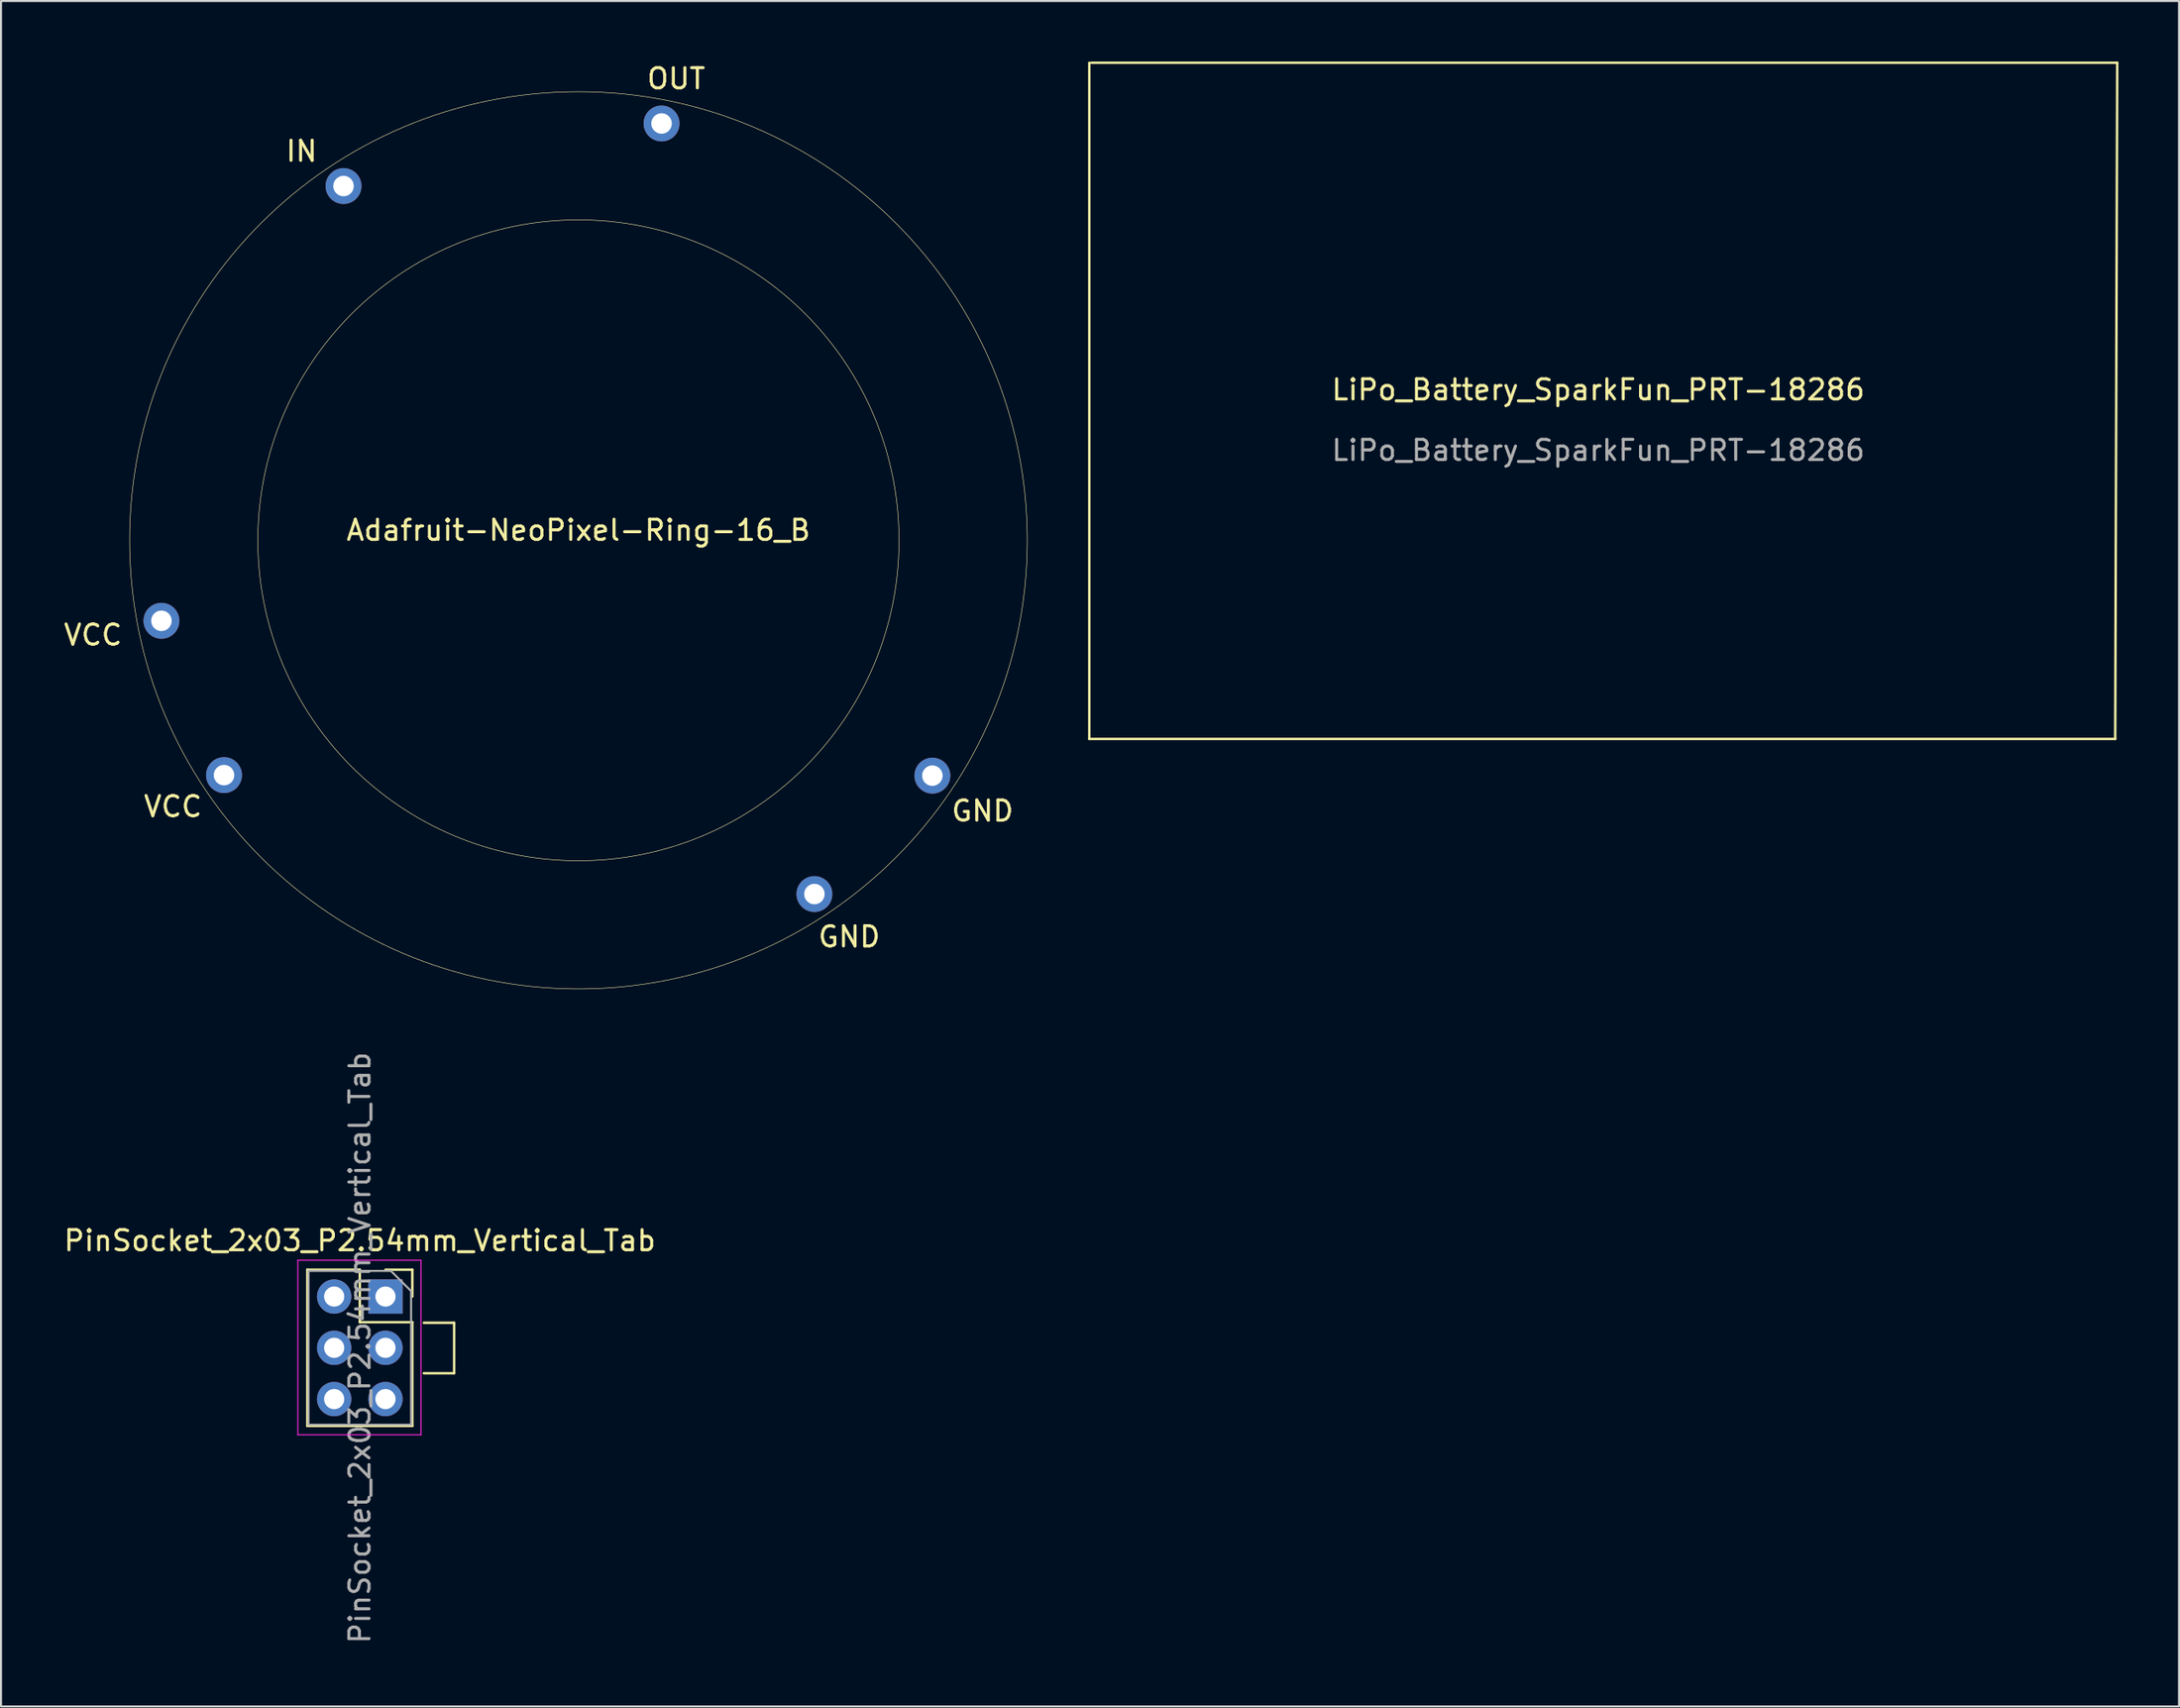
<source format=kicad_pcb>
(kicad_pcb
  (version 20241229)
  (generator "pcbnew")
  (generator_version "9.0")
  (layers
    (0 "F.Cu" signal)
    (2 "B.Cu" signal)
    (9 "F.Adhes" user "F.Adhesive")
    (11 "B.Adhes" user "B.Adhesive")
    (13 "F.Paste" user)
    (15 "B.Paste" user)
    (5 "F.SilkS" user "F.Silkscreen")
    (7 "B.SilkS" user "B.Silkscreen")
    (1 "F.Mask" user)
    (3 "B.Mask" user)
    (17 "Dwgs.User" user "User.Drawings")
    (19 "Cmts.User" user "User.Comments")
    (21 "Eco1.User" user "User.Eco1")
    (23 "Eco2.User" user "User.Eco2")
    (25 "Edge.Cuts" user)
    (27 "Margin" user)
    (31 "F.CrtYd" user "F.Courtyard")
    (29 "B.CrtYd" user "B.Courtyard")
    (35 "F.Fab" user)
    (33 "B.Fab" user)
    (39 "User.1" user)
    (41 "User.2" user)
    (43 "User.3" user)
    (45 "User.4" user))
  (footprint "PinSocket_2x03_P2.54mm_Vertical_Tab"
    (layer "F.Cu")
    (at 16.038 61.184)
    (property "Reference" "PinSocket_2x03_P2.54mm_Vertical_Tab" (at -1.27 -2.77 0) (layer "F.SilkS") (effects (font (size 1 1) (thickness 0.15))))
    (attr through_hole)
    (fp_line (start -3.87 -1.33) (end -3.87 6.41) (stroke (width 0.12) (type solid)) (layer "F.SilkS"))
    (fp_line (start -3.87 -1.33) (end -1.27 -1.33) (stroke (width 0.12) (type solid)) (layer "F.SilkS"))
    (fp_line (start -3.87 6.41) (end 1.33 6.41) (stroke (width 0.12) (type solid)) (layer "F.SilkS"))
    (fp_line (start -1.27 -1.33) (end -1.27 1.27) (stroke (width 0.12) (type solid)) (layer "F.SilkS"))
    (fp_line (start -1.27 1.27) (end 1.33 1.27) (stroke (width 0.12) (type solid)) (layer "F.SilkS"))
    (fp_line (start 0 -1.33) (end 1.33 -1.33) (stroke (width 0.12) (type solid)) (layer "F.SilkS"))
    (fp_line (start 1.33 -1.33) (end 1.33 0) (stroke (width 0.12) (type solid)) (layer "F.SilkS"))
    (fp_line (start 1.33 1.27) (end 1.33 6.41) (stroke (width 0.12) (type solid)) (layer "F.SilkS"))
    (fp_rect (start 1.9 1.3) (end 3.4 1.3) (stroke (width 0.12) (type solid)) (fill no) (layer "F.SilkS"))
    (fp_rect (start 3.4 1.3) (end 3.4 3.8) (stroke (width 0.12) (type solid)) (fill no) (layer "F.SilkS"))
    (fp_rect (start 3.4 3.8) (end 1.9 3.8) (stroke (width 0.12) (type solid)) (fill no) (layer "F.SilkS"))
    (fp_line (start -4.34 -1.8) (end 1.76 -1.8) (stroke (width 0.05) (type solid)) (layer "F.CrtYd"))
    (fp_line (start -4.34 6.85) (end -4.34 -1.8) (stroke (width 0.05) (type solid)) (layer "F.CrtYd"))
    (fp_line (start 1.76 -1.8) (end 1.76 6.85) (stroke (width 0.05) (type solid)) (layer "F.CrtYd"))
    (fp_line (start 1.76 6.85) (end -4.34 6.85) (stroke (width 0.05) (type solid)) (layer "F.CrtYd"))
    (fp_line (start -3.81 -1.27) (end 0.27 -1.27) (stroke (width 0.1) (type solid)) (layer "F.Fab"))
    (fp_line (start -3.81 6.35) (end -3.81 -1.27) (stroke (width 0.1) (type solid)) (layer "F.Fab"))
    (fp_line (start 0.27 -1.27) (end 1.27 -0.27) (stroke (width 0.1) (type solid)) (layer "F.Fab"))
    (fp_line (start 1.27 -0.27) (end 1.27 6.35) (stroke (width 0.1) (type solid)) (layer "F.Fab"))
    (fp_line (start 1.27 6.35) (end -3.81 6.35) (stroke (width 0.1) (type solid)) (layer "F.Fab"))
    (fp_text user "${REFERENCE}" (at -1.27 2.54 90) (layer "F.Fab") (effects (font (size 1 1) (thickness 0.15))))
    (pad "1" thru_hole rect (at 0 0) (size 1.7 1.7) (drill 1) (layers "*.Cu" "*.Mask"))
    (pad "2" thru_hole oval (at -2.54 0) (size 1.7 1.7) (drill 1) (layers "*.Cu" "*.Mask"))
    (pad "3" thru_hole oval (at 0 2.54) (size 1.7 1.7) (drill 1) (layers "*.Cu" "*.Mask"))
    (pad "4" thru_hole oval (at -2.54 2.54) (size 1.7 1.7) (drill 1) (layers "*.Cu" "*.Mask"))
    (pad "5" thru_hole oval (at 0 5.08) (size 1.7 1.7) (drill 1) (layers "*.Cu" "*.Mask"))
    (pad "6" thru_hole oval (at -2.54 5.08) (size 1.7 1.7) (drill 1) (layers "*.Cu" "*.Mask")))
  (footprint "LiPo_Battery_SparkFun_PRT-18286"
    (layer "F.Cu")
    (at 76.091 16.76)
    (property "Reference" "LiPo_Battery_SparkFun_PRT-18286" (at 0 -0.5 0) (unlocked yes) (layer "F.SilkS") (effects (font (size 1 1) (thickness 0.15))))
    (attr through_hole)
    (fp_line (start -25.2 16.8) (end -25.2 -16.7) (stroke (width 0.12) (type solid)) (layer "F.SilkS"))
    (fp_line (start -25.1 -16.7) (end 25.7 -16.7) (stroke (width 0.12) (type solid)) (layer "F.SilkS"))
    (fp_line (start 25.6 16.8) (end -25.2 16.8) (stroke (width 0.12) (type solid)) (layer "F.SilkS"))
    (fp_line (start 25.7 -16.7) (end 25.6 16.8) (stroke (width 0.12) (type solid)) (layer "F.SilkS"))
    (fp_text user "${REFERENCE}" (at 0 2.5 0) (unlocked yes) (layer "F.Fab") (effects (font (size 1 1) (thickness 0.15)))))
  (footprint "Adafruit-NeoPixel-Ring-16_B"
    (layer "F.Cu")
    (at 25.594 23.718)
    (property "Reference" "Adafruit-NeoPixel-Ring-16_B" (at 0 -0.5 0) (unlocked yes) (layer "F.SilkS") (effects (font (size 1 1) (thickness 0.15))))
    (attr through_hole)
    (fp_circle (center 0 0) (end 15.875 0) (stroke (width 0.025) (type solid)) (fill no) (layer "F.SilkS"))
    (fp_circle (center 0 0) (end 22.225 0) (stroke (width 0.025) (type solid)) (fill no) (layer "F.SilkS"))
    (fp_text user "GND" (at 20.01 13.41 0) (unlocked yes) (layer "F.SilkS") (effects (font (size 1 1) (thickness 0.15))))
    (fp_text user "VCC" (at -24.04 4.69 0) (unlocked yes) (layer "F.SilkS") (effects (font (size 1 1) (thickness 0.15))))
    (fp_text user "VCC" (at -20.08 13.19 0) (unlocked yes) (layer "F.SilkS") (effects (font (size 1 1) (thickness 0.15))))
    (fp_text user "IN" (at -13.71 -19.28 0) (unlocked yes) (layer "F.SilkS") (effects (font (size 1 1) (thickness 0.15))))
    (fp_text user "OUT" (at 4.84 -22.87 0) (unlocked yes) (layer "F.SilkS") (effects (font (size 1 1) (thickness 0.15))))
    (fp_text user "GND" (at 13.41 19.64 0) (unlocked yes) (layer "F.SilkS") (effects (font (size 1 1) (thickness 0.15))))
    (pad "1" thru_hole circle (at -11.633 -17.551) (size 1.778 1.778) (drill 1.016) (layers "*.Cu" "*.Mask"))
    (pad "2" thru_hole circle (at 4.115 -20.65) (size 1.778 1.778) (drill 1.016) (layers "*.Cu" "*.Mask"))
    (pad "3" thru_hole circle (at 17.526 11.659) (size 1.778 1.778) (drill 1.016) (layers "*.Cu" "*.Mask"))
    (pad "4" thru_hole circle (at 11.684 17.526) (size 1.778 1.778) (drill 1.016) (layers "*.Cu" "*.Mask"))
    (pad "5" thru_hole circle (at -17.551 11.633) (size 1.778 1.778) (drill 1.016) (layers "*.Cu" "*.Mask"))
    (pad "6" thru_hole circle (at -20.65 3.988) (size 1.778 1.778) (drill 1.016) (layers "*.Cu" "*.Mask")))
  (gr_rect
    (start -3 -3)
    (end 104.851 81.492)
    (stroke (width 0.1) (type default))
    (fill no)
    (layer "Edge.Cuts")))
</source>
